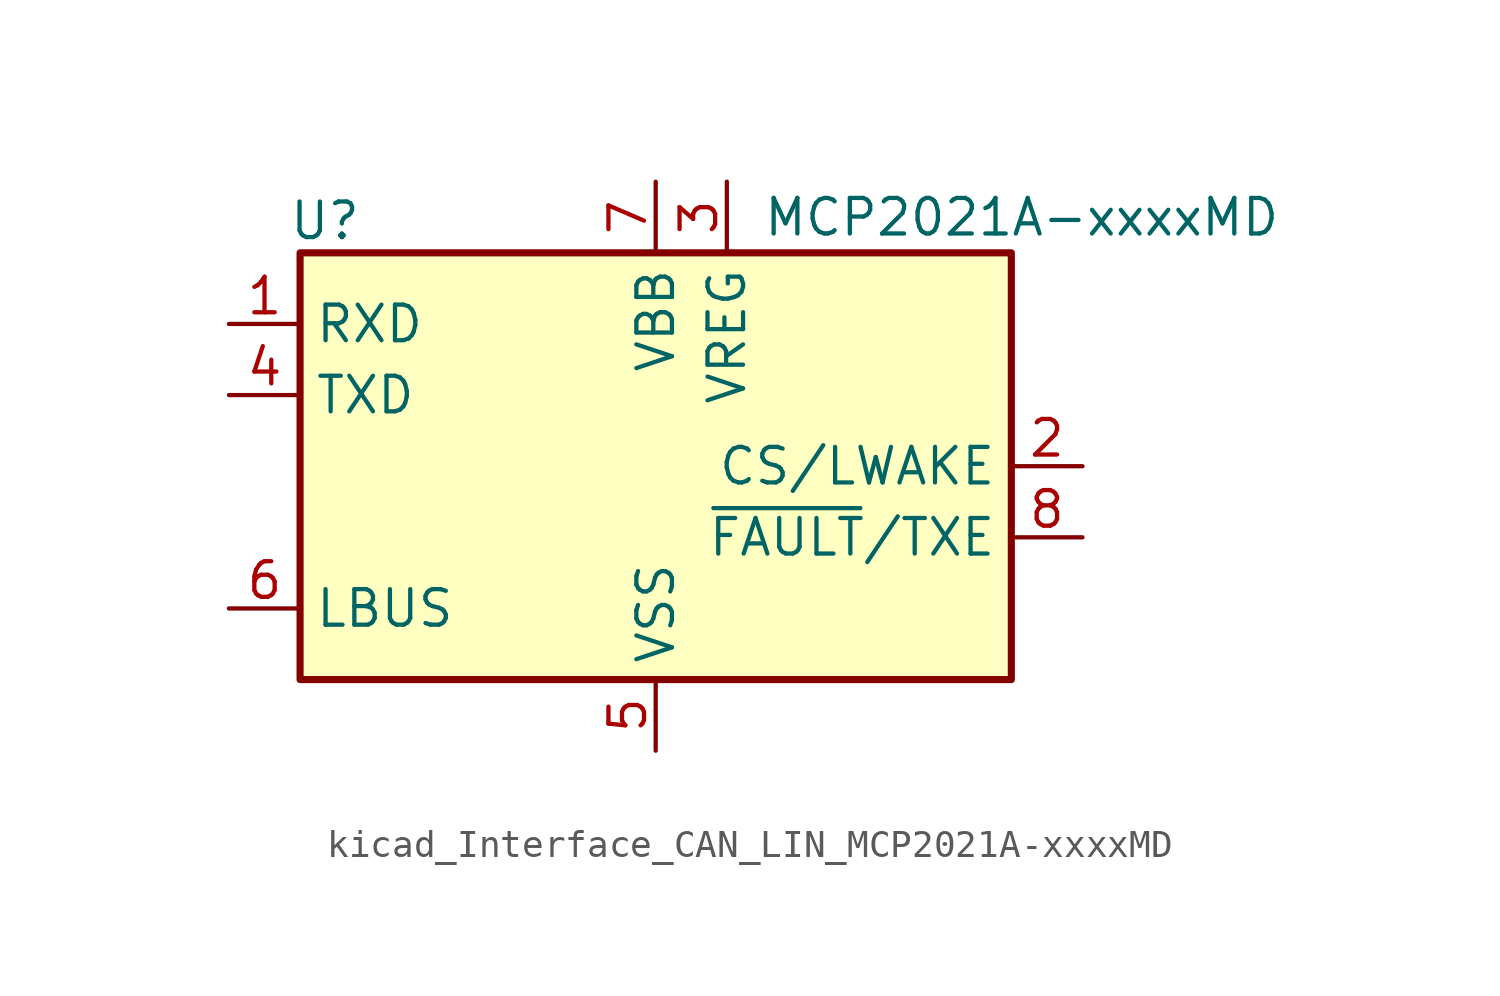
<source format=kicad_sym>
(kicad_symbol_lib
  (version 20220914)
  (generator kicad_symbol_editor)
  (symbol "kicad_Interface_CAN_LIN_MCP2021A-xxxxMD"
    (property "Reference" "U"
      (at -11.811 8.763 0)
      (effects (font (size 1.27 1.27))))
    (property "Value" "MCP2021A-xxxxMD"
      (at 3.81 8.89 0)
      (effects (font (size 1.27 1.27)) (justify left)))
    (symbol "kicad_Interface_CAN_LIN_MCP2021A-xxxxMD_0_1"
      (rectangle (start -12.7 7.62) (end 12.7 -7.62) (stroke (width 0.254) (type default)) (fill (type background))))
    (symbol "kicad_Interface_CAN_LIN_MCP2021A-xxxxMD_1_1"
      (pin output line (at -15.24 5.08 0) (length 2.54) (name "RXD" (effects (font (size 1.27 1.27)))) (number "1" (effects (font (size 1.27 1.27)))))
      (pin input line (at 15.24 0 180) (length 2.54) (name "CS/LWAKE" (effects (font (size 1.27 1.27)))) (number "2" (effects (font (size 1.27 1.27)))))
      (pin power_out line (at 2.54 10.16 270) (length 2.54) (name "VREG" (effects (font (size 1.27 1.27)))) (number "3" (effects (font (size 1.27 1.27)))))
      (pin input line (at -15.24 2.54 0) (length 2.54) (name "TXD" (effects (font (size 1.27 1.27)))) (number "4" (effects (font (size 1.27 1.27)))))
      (pin power_in line (at 0 -10.16 90) (length 2.54) (name "VSS" (effects (font (size 1.27 1.27)))) (number "5" (effects (font (size 1.27 1.27)))))
      (pin open_collector line (at -15.24 -5.08 0) (length 2.54) (name "LBUS" (effects (font (size 1.27 1.27)))) (number "6" (effects (font (size 1.27 1.27)))))
      (pin power_in line (at 0 10.16 270) (length 2.54) (name "VBB" (effects (font (size 1.27 1.27)))) (number "7" (effects (font (size 1.27 1.27)))))
      (pin open_collector line (at 15.24 -2.54 180) (length 2.54) (name "~{FAULT}/TXE" (effects (font (size 1.27 1.27)))) (number "8" (effects (font (size 1.27 1.27)))))
      (pin passive line (at 0 -10.16 90) (length 2.54) hide (name "VSS" (effects (font (size 1.27 1.27)))) (number "9" (effects (font (size 1.27 1.27))))))))
</source>
